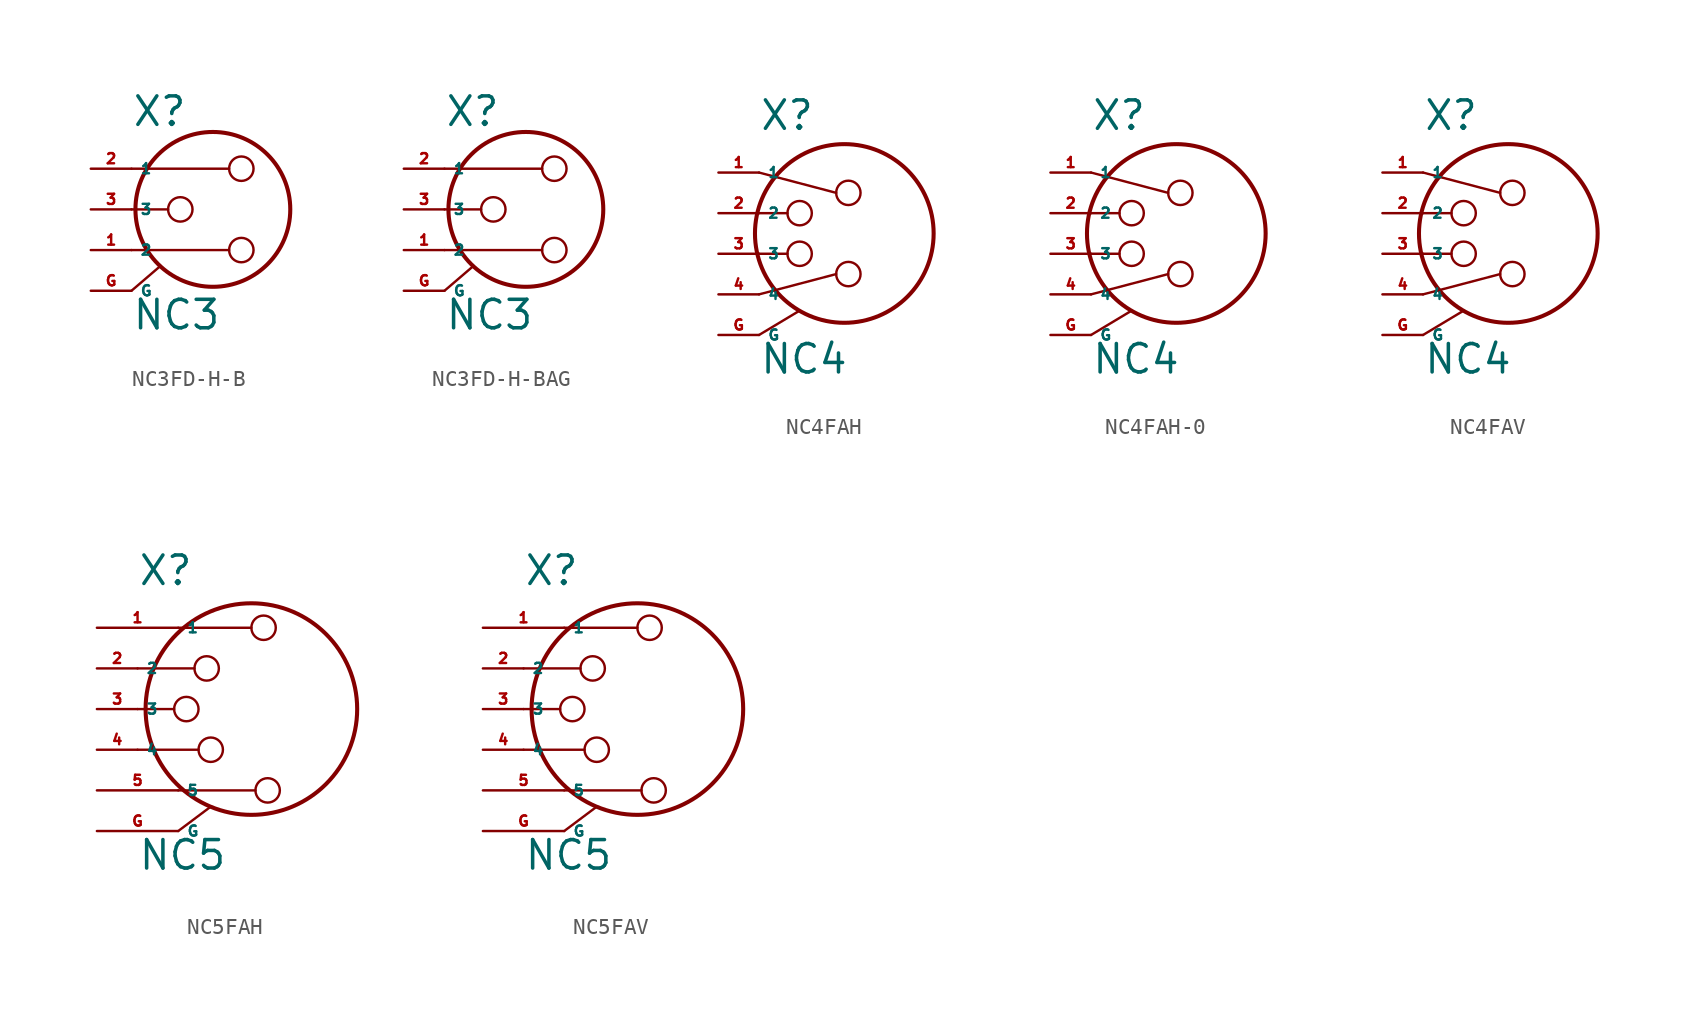
<source format=kicad_sym>
(kicad_symbol_lib
  (version 20220914)
  (generator Eagle2Kicad)
  (symbol "NC3FD-H-B"
    (property "Reference" "X"
      (at -5.08 5.08 0)
      (effects (font (size 1.778 1.778) (thickness 0.22)) (justify left bottom)))
    (property "Value" "NC3"
      (at -5.08 -7.62 0)
      (effects (font (size 1.778 1.778) (thickness 0.22)) (justify left bottom)))
    (polyline
      (pts (xy -5.08 2.54) (xy 1.016 2.54))
      (stroke (width 0.152) (type default))
      (fill (type none)))
    (polyline
      (pts (xy -5.08 -2.54) (xy 1.016 -2.54))
      (stroke (width 0.152) (type default))
      (fill (type none)))
    (polyline
      (pts (xy -5.08 0) (xy -2.794 0))
      (stroke (width 0.152) (type default))
      (fill (type none)))
    (polyline
      (pts (xy -5.08 -5.08) (xy -3.302 -3.556))
      (stroke (width 0.152) (type default))
      (fill (type none)))
    (circle
      (center 0 0)
      (radius 4.833)
      (stroke (width 0.254) (type default))
      (fill (type none)))
    (circle
      (center -2.032 0)
      (radius 0.762)
      (stroke (width 0.152) (type default))
      (fill (type none)))
    (circle
      (center 1.778 2.54)
      (radius 0.762)
      (stroke (width 0.152) (type default))
      (fill (type none)))
    (circle
      (center 1.778 -2.54)
      (radius 0.762)
      (stroke (width 0.152) (type default))
      (fill (type none)))
    (pin passive line
      (at -7.62 2.54 0)
      (length 2.54)
      (name "1" (effects (font (size 0.635 0.635) (thickness 0.08)) (justify left bottom)))
      (number "2" (effects (font (size 0.635 0.635) (thickness 0.08)) (justify left bottom))))
    (pin passive line
      (at -7.62 -2.54 0)
      (length 2.54)
      (name "2" (effects (font (size 0.635 0.635) (thickness 0.08)) (justify left bottom)))
      (number "1" (effects (font (size 0.635 0.635) (thickness 0.08)) (justify left bottom))))
    (pin passive line
      (at -7.62 0 0)
      (length 2.54)
      (name "3" (effects (font (size 0.635 0.635) (thickness 0.08)) (justify left bottom)))
      (number "3" (effects (font (size 0.635 0.635) (thickness 0.08)) (justify left bottom))))
    (pin passive line
      (at -7.62 -5.08 0)
      (length 2.54)
      (name "G" (effects (font (size 0.635 0.635) (thickness 0.08)) (justify left bottom)))
      (number "G" (effects (font (size 0.635 0.635) (thickness 0.08)) (justify left bottom)))))
  (symbol "NC3FD-H-BAG"
    (property "Reference" "X"
      (at -5.08 5.08 0)
      (effects (font (size 1.778 1.778) (thickness 0.22)) (justify left bottom)))
    (property "Value" "NC3"
      (at -5.08 -7.62 0)
      (effects (font (size 1.778 1.778) (thickness 0.22)) (justify left bottom)))
    (polyline
      (pts (xy -5.08 2.54) (xy 1.016 2.54))
      (stroke (width 0.152) (type default))
      (fill (type none)))
    (polyline
      (pts (xy -5.08 -2.54) (xy 1.016 -2.54))
      (stroke (width 0.152) (type default))
      (fill (type none)))
    (polyline
      (pts (xy -5.08 0) (xy -2.794 0))
      (stroke (width 0.152) (type default))
      (fill (type none)))
    (polyline
      (pts (xy -5.08 -5.08) (xy -3.302 -3.556))
      (stroke (width 0.152) (type default))
      (fill (type none)))
    (circle
      (center 0 0)
      (radius 4.833)
      (stroke (width 0.254) (type default))
      (fill (type none)))
    (circle
      (center -2.032 0)
      (radius 0.762)
      (stroke (width 0.152) (type default))
      (fill (type none)))
    (circle
      (center 1.778 2.54)
      (radius 0.762)
      (stroke (width 0.152) (type default))
      (fill (type none)))
    (circle
      (center 1.778 -2.54)
      (radius 0.762)
      (stroke (width 0.152) (type default))
      (fill (type none)))
    (pin passive line
      (at -7.62 2.54 0)
      (length 2.54)
      (name "1" (effects (font (size 0.635 0.635) (thickness 0.08)) (justify left bottom)))
      (number "2" (effects (font (size 0.635 0.635) (thickness 0.08)) (justify left bottom))))
    (pin passive line
      (at -7.62 -2.54 0)
      (length 2.54)
      (name "2" (effects (font (size 0.635 0.635) (thickness 0.08)) (justify left bottom)))
      (number "1" (effects (font (size 0.635 0.635) (thickness 0.08)) (justify left bottom))))
    (pin passive line
      (at -7.62 0 0)
      (length 2.54)
      (name "3" (effects (font (size 0.635 0.635) (thickness 0.08)) (justify left bottom)))
      (number "3" (effects (font (size 0.635 0.635) (thickness 0.08)) (justify left bottom))))
    (pin passive line
      (at -7.62 -5.08 0)
      (length 2.54)
      (name "G" (effects (font (size 0.635 0.635) (thickness 0.08)) (justify left bottom)))
      (number "G" (effects (font (size 0.635 0.635) (thickness 0.08)) (justify left bottom)))))
  (symbol "NC4FAH"
    (property "Reference" "X"
      (at -5.08 7.62 0)
      (effects (font (size 1.778 1.778) (thickness 0.22)) (justify left bottom)))
    (property "Value" "NC4"
      (at -5.08 -7.62 0)
      (effects (font (size 1.778 1.778) (thickness 0.22)) (justify left bottom)))
    (polyline
      (pts (xy -5.08 5.08) (xy -0.254 3.81))
      (stroke (width 0.152) (type default))
      (fill (type none)))
    (polyline
      (pts (xy -5.08 -2.54) (xy -0.254 -1.27))
      (stroke (width 0.152) (type default))
      (fill (type none)))
    (polyline
      (pts (xy -5.08 0) (xy -3.302 0))
      (stroke (width 0.152) (type default))
      (fill (type none)))
    (polyline
      (pts (xy -5.08 -5.08) (xy -2.54 -3.556))
      (stroke (width 0.152) (type default))
      (fill (type none)))
    (polyline
      (pts (xy -5.08 2.54) (xy -3.302 2.54))
      (stroke (width 0.152) (type default))
      (fill (type none)))
    (circle
      (center 0.254 1.27)
      (radius 5.588)
      (stroke (width 0.254) (type default))
      (fill (type none)))
    (circle
      (center -2.54 0)
      (radius 0.762)
      (stroke (width 0.152) (type default))
      (fill (type none)))
    (circle
      (center 0.508 3.81)
      (radius 0.762)
      (stroke (width 0.152) (type default))
      (fill (type none)))
    (circle
      (center 0.508 -1.27)
      (radius 0.762)
      (stroke (width 0.152) (type default))
      (fill (type none)))
    (circle
      (center -2.54 2.54)
      (radius 0.762)
      (stroke (width 0.152) (type default))
      (fill (type none)))
    (pin passive line
      (at -7.62 5.08 0)
      (length 2.54)
      (name "1" (effects (font (size 0.635 0.635) (thickness 0.08)) (justify left bottom)))
      (number "1" (effects (font (size 0.635 0.635) (thickness 0.08)) (justify left bottom))))
    (pin passive line
      (at -7.62 2.54 0)
      (length 2.54)
      (name "2" (effects (font (size 0.635 0.635) (thickness 0.08)) (justify left bottom)))
      (number "2" (effects (font (size 0.635 0.635) (thickness 0.08)) (justify left bottom))))
    (pin passive line
      (at -7.62 0 0)
      (length 2.54)
      (name "3" (effects (font (size 0.635 0.635) (thickness 0.08)) (justify left bottom)))
      (number "3" (effects (font (size 0.635 0.635) (thickness 0.08)) (justify left bottom))))
    (pin passive line
      (at -7.62 -5.08 0)
      (length 2.54)
      (name "G" (effects (font (size 0.635 0.635) (thickness 0.08)) (justify left bottom)))
      (number "G" (effects (font (size 0.635 0.635) (thickness 0.08)) (justify left bottom))))
    (pin passive line
      (at -7.62 -2.54 0)
      (length 2.54)
      (name "4" (effects (font (size 0.635 0.635) (thickness 0.08)) (justify left bottom)))
      (number "4" (effects (font (size 0.635 0.635) (thickness 0.08)) (justify left bottom)))))
  (symbol "NC4FAH-0"
    (property "Reference" "X"
      (at -5.08 7.62 0)
      (effects (font (size 1.778 1.778) (thickness 0.22)) (justify left bottom)))
    (property "Value" "NC4"
      (at -5.08 -7.62 0)
      (effects (font (size 1.778 1.778) (thickness 0.22)) (justify left bottom)))
    (polyline
      (pts (xy -5.08 5.08) (xy -0.254 3.81))
      (stroke (width 0.152) (type default))
      (fill (type none)))
    (polyline
      (pts (xy -5.08 -2.54) (xy -0.254 -1.27))
      (stroke (width 0.152) (type default))
      (fill (type none)))
    (polyline
      (pts (xy -5.08 0) (xy -3.302 0))
      (stroke (width 0.152) (type default))
      (fill (type none)))
    (polyline
      (pts (xy -5.08 -5.08) (xy -2.54 -3.556))
      (stroke (width 0.152) (type default))
      (fill (type none)))
    (polyline
      (pts (xy -5.08 2.54) (xy -3.302 2.54))
      (stroke (width 0.152) (type default))
      (fill (type none)))
    (circle
      (center 0.254 1.27)
      (radius 5.588)
      (stroke (width 0.254) (type default))
      (fill (type none)))
    (circle
      (center -2.54 0)
      (radius 0.762)
      (stroke (width 0.152) (type default))
      (fill (type none)))
    (circle
      (center 0.508 3.81)
      (radius 0.762)
      (stroke (width 0.152) (type default))
      (fill (type none)))
    (circle
      (center 0.508 -1.27)
      (radius 0.762)
      (stroke (width 0.152) (type default))
      (fill (type none)))
    (circle
      (center -2.54 2.54)
      (radius 0.762)
      (stroke (width 0.152) (type default))
      (fill (type none)))
    (pin passive line
      (at -7.62 5.08 0)
      (length 2.54)
      (name "1" (effects (font (size 0.635 0.635) (thickness 0.08)) (justify left bottom)))
      (number "1" (effects (font (size 0.635 0.635) (thickness 0.08)) (justify left bottom))))
    (pin passive line
      (at -7.62 2.54 0)
      (length 2.54)
      (name "2" (effects (font (size 0.635 0.635) (thickness 0.08)) (justify left bottom)))
      (number "2" (effects (font (size 0.635 0.635) (thickness 0.08)) (justify left bottom))))
    (pin passive line
      (at -7.62 0 0)
      (length 2.54)
      (name "3" (effects (font (size 0.635 0.635) (thickness 0.08)) (justify left bottom)))
      (number "3" (effects (font (size 0.635 0.635) (thickness 0.08)) (justify left bottom))))
    (pin passive line
      (at -7.62 -5.08 0)
      (length 2.54)
      (name "G" (effects (font (size 0.635 0.635) (thickness 0.08)) (justify left bottom)))
      (number "G" (effects (font (size 0.635 0.635) (thickness 0.08)) (justify left bottom))))
    (pin passive line
      (at -7.62 -2.54 0)
      (length 2.54)
      (name "4" (effects (font (size 0.635 0.635) (thickness 0.08)) (justify left bottom)))
      (number "4" (effects (font (size 0.635 0.635) (thickness 0.08)) (justify left bottom)))))
  (symbol "NC4FAV"
    (property "Reference" "X"
      (at -5.08 7.62 0)
      (effects (font (size 1.778 1.778) (thickness 0.22)) (justify left bottom)))
    (property "Value" "NC4"
      (at -5.08 -7.62 0)
      (effects (font (size 1.778 1.778) (thickness 0.22)) (justify left bottom)))
    (polyline
      (pts (xy -5.08 5.08) (xy -0.254 3.81))
      (stroke (width 0.152) (type default))
      (fill (type none)))
    (polyline
      (pts (xy -5.08 -2.54) (xy -0.254 -1.27))
      (stroke (width 0.152) (type default))
      (fill (type none)))
    (polyline
      (pts (xy -5.08 0) (xy -3.302 0))
      (stroke (width 0.152) (type default))
      (fill (type none)))
    (polyline
      (pts (xy -5.08 -5.08) (xy -2.54 -3.556))
      (stroke (width 0.152) (type default))
      (fill (type none)))
    (polyline
      (pts (xy -5.08 2.54) (xy -3.302 2.54))
      (stroke (width 0.152) (type default))
      (fill (type none)))
    (circle
      (center 0.254 1.27)
      (radius 5.588)
      (stroke (width 0.254) (type default))
      (fill (type none)))
    (circle
      (center -2.54 0)
      (radius 0.762)
      (stroke (width 0.152) (type default))
      (fill (type none)))
    (circle
      (center 0.508 3.81)
      (radius 0.762)
      (stroke (width 0.152) (type default))
      (fill (type none)))
    (circle
      (center 0.508 -1.27)
      (radius 0.762)
      (stroke (width 0.152) (type default))
      (fill (type none)))
    (circle
      (center -2.54 2.54)
      (radius 0.762)
      (stroke (width 0.152) (type default))
      (fill (type none)))
    (pin passive line
      (at -7.62 5.08 0)
      (length 2.54)
      (name "1" (effects (font (size 0.635 0.635) (thickness 0.08)) (justify left bottom)))
      (number "1" (effects (font (size 0.635 0.635) (thickness 0.08)) (justify left bottom))))
    (pin passive line
      (at -7.62 2.54 0)
      (length 2.54)
      (name "2" (effects (font (size 0.635 0.635) (thickness 0.08)) (justify left bottom)))
      (number "2" (effects (font (size 0.635 0.635) (thickness 0.08)) (justify left bottom))))
    (pin passive line
      (at -7.62 0 0)
      (length 2.54)
      (name "3" (effects (font (size 0.635 0.635) (thickness 0.08)) (justify left bottom)))
      (number "3" (effects (font (size 0.635 0.635) (thickness 0.08)) (justify left bottom))))
    (pin passive line
      (at -7.62 -5.08 0)
      (length 2.54)
      (name "G" (effects (font (size 0.635 0.635) (thickness 0.08)) (justify left bottom)))
      (number "G" (effects (font (size 0.635 0.635) (thickness 0.08)) (justify left bottom))))
    (pin passive line
      (at -7.62 -2.54 0)
      (length 2.54)
      (name "4" (effects (font (size 0.635 0.635) (thickness 0.08)) (justify left bottom)))
      (number "4" (effects (font (size 0.635 0.635) (thickness 0.08)) (justify left bottom)))))
  (symbol "NC5FAH"
    (property "Reference" "X"
      (at -5.08 7.62 0)
      (effects (font (size 1.778 1.778) (thickness 0.22)) (justify left bottom)))
    (property "Value" "NC5"
      (at -5.08 -10.16 0)
      (effects (font (size 1.778 1.778) (thickness 0.22)) (justify left bottom)))
    (polyline
      (pts (xy -2.54 5.08) (xy 2.032 5.08))
      (stroke (width 0.152) (type default))
      (fill (type none)))
    (polyline
      (pts (xy -5.08 -2.54) (xy -1.27 -2.54))
      (stroke (width 0.152) (type default))
      (fill (type none)))
    (polyline
      (pts (xy -5.08 0) (xy -2.794 0))
      (stroke (width 0.152) (type default))
      (fill (type none)))
    (polyline
      (pts (xy -2.54 -7.62) (xy -0.508 -6.096))
      (stroke (width 0.152) (type default))
      (fill (type none)))
    (polyline
      (pts (xy -5.08 2.54) (xy -1.524 2.54))
      (stroke (width 0.152) (type default))
      (fill (type none)))
    (polyline
      (pts (xy -2.54 -5.08) (xy 2.286 -5.08))
      (stroke (width 0.152) (type default))
      (fill (type none)))
    (circle
      (center 2.032 0)
      (radius 6.609)
      (stroke (width 0.254) (type default))
      (fill (type none)))
    (circle
      (center -2.032 0)
      (radius 0.762)
      (stroke (width 0.152) (type default))
      (fill (type none)))
    (circle
      (center 2.794 5.08)
      (radius 0.762)
      (stroke (width 0.152) (type default))
      (fill (type none)))
    (circle
      (center -0.508 -2.54)
      (radius 0.762)
      (stroke (width 0.152) (type default))
      (fill (type none)))
    (circle
      (center -0.762 2.54)
      (radius 0.762)
      (stroke (width 0.152) (type default))
      (fill (type none)))
    (circle
      (center 3.048 -5.08)
      (radius 0.762)
      (stroke (width 0.152) (type default))
      (fill (type none)))
    (pin passive line
      (at -7.62 5.08 0)
      (length 5.08)
      (name "1" (effects (font (size 0.635 0.635) (thickness 0.08)) (justify left bottom)))
      (number "1" (effects (font (size 0.635 0.635) (thickness 0.08)) (justify left bottom))))
    (pin passive line
      (at -7.62 2.54 0)
      (length 2.54)
      (name "2" (effects (font (size 0.635 0.635) (thickness 0.08)) (justify left bottom)))
      (number "2" (effects (font (size 0.635 0.635) (thickness 0.08)) (justify left bottom))))
    (pin passive line
      (at -7.62 0 0)
      (length 2.54)
      (name "3" (effects (font (size 0.635 0.635) (thickness 0.08)) (justify left bottom)))
      (number "3" (effects (font (size 0.635 0.635) (thickness 0.08)) (justify left bottom))))
    (pin passive line
      (at -7.62 -7.62 0)
      (length 5.08)
      (name "G" (effects (font (size 0.635 0.635) (thickness 0.08)) (justify left bottom)))
      (number "G" (effects (font (size 0.635 0.635) (thickness 0.08)) (justify left bottom))))
    (pin passive line
      (at -7.62 -2.54 0)
      (length 2.54)
      (name "4" (effects (font (size 0.635 0.635) (thickness 0.08)) (justify left bottom)))
      (number "4" (effects (font (size 0.635 0.635) (thickness 0.08)) (justify left bottom))))
    (pin passive line
      (at -7.62 -5.08 0)
      (length 5.08)
      (name "5" (effects (font (size 0.635 0.635) (thickness 0.08)) (justify left bottom)))
      (number "5" (effects (font (size 0.635 0.635) (thickness 0.08)) (justify left bottom)))))
  (symbol "NC5FAV"
    (property "Reference" "X"
      (at -5.08 7.62 0)
      (effects (font (size 1.778 1.778) (thickness 0.22)) (justify left bottom)))
    (property "Value" "NC5"
      (at -5.08 -10.16 0)
      (effects (font (size 1.778 1.778) (thickness 0.22)) (justify left bottom)))
    (polyline
      (pts (xy -2.54 5.08) (xy 2.032 5.08))
      (stroke (width 0.152) (type default))
      (fill (type none)))
    (polyline
      (pts (xy -5.08 -2.54) (xy -1.27 -2.54))
      (stroke (width 0.152) (type default))
      (fill (type none)))
    (polyline
      (pts (xy -5.08 0) (xy -2.794 0))
      (stroke (width 0.152) (type default))
      (fill (type none)))
    (polyline
      (pts (xy -2.54 -7.62) (xy -0.508 -6.096))
      (stroke (width 0.152) (type default))
      (fill (type none)))
    (polyline
      (pts (xy -5.08 2.54) (xy -1.524 2.54))
      (stroke (width 0.152) (type default))
      (fill (type none)))
    (polyline
      (pts (xy -2.54 -5.08) (xy 2.286 -5.08))
      (stroke (width 0.152) (type default))
      (fill (type none)))
    (circle
      (center 2.032 0)
      (radius 6.609)
      (stroke (width 0.254) (type default))
      (fill (type none)))
    (circle
      (center -2.032 0)
      (radius 0.762)
      (stroke (width 0.152) (type default))
      (fill (type none)))
    (circle
      (center 2.794 5.08)
      (radius 0.762)
      (stroke (width 0.152) (type default))
      (fill (type none)))
    (circle
      (center -0.508 -2.54)
      (radius 0.762)
      (stroke (width 0.152) (type default))
      (fill (type none)))
    (circle
      (center -0.762 2.54)
      (radius 0.762)
      (stroke (width 0.152) (type default))
      (fill (type none)))
    (circle
      (center 3.048 -5.08)
      (radius 0.762)
      (stroke (width 0.152) (type default))
      (fill (type none)))
    (pin passive line
      (at -7.62 5.08 0)
      (length 5.08)
      (name "1" (effects (font (size 0.635 0.635) (thickness 0.08)) (justify left bottom)))
      (number "1" (effects (font (size 0.635 0.635) (thickness 0.08)) (justify left bottom))))
    (pin passive line
      (at -7.62 2.54 0)
      (length 2.54)
      (name "2" (effects (font (size 0.635 0.635) (thickness 0.08)) (justify left bottom)))
      (number "2" (effects (font (size 0.635 0.635) (thickness 0.08)) (justify left bottom))))
    (pin passive line
      (at -7.62 0 0)
      (length 2.54)
      (name "3" (effects (font (size 0.635 0.635) (thickness 0.08)) (justify left bottom)))
      (number "3" (effects (font (size 0.635 0.635) (thickness 0.08)) (justify left bottom))))
    (pin passive line
      (at -7.62 -7.62 0)
      (length 5.08)
      (name "G" (effects (font (size 0.635 0.635) (thickness 0.08)) (justify left bottom)))
      (number "G" (effects (font (size 0.635 0.635) (thickness 0.08)) (justify left bottom))))
    (pin passive line
      (at -7.62 -2.54 0)
      (length 2.54)
      (name "4" (effects (font (size 0.635 0.635) (thickness 0.08)) (justify left bottom)))
      (number "4" (effects (font (size 0.635 0.635) (thickness 0.08)) (justify left bottom))))
    (pin passive line
      (at -7.62 -5.08 0)
      (length 5.08)
      (name "5" (effects (font (size 0.635 0.635) (thickness 0.08)) (justify left bottom)))
      (number "5" (effects (font (size 0.635 0.635) (thickness 0.08)) (justify left bottom))))))
</source>
